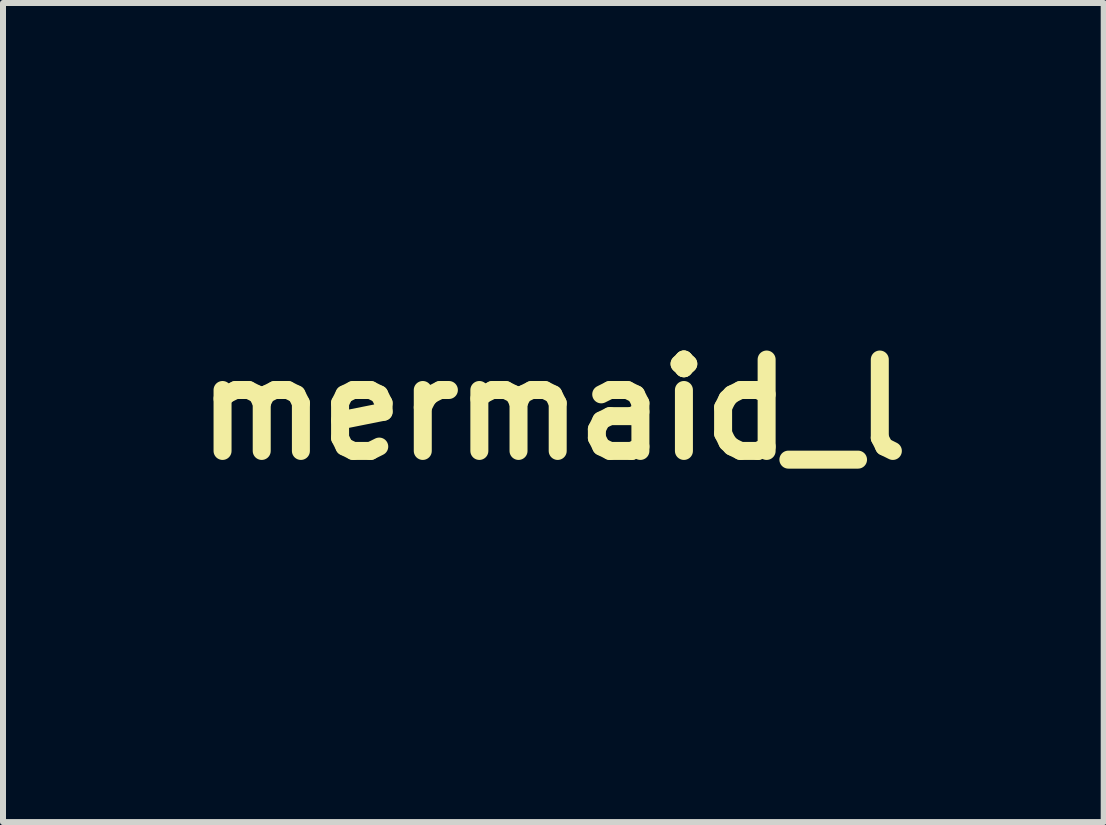
<source format=kicad_pcb>
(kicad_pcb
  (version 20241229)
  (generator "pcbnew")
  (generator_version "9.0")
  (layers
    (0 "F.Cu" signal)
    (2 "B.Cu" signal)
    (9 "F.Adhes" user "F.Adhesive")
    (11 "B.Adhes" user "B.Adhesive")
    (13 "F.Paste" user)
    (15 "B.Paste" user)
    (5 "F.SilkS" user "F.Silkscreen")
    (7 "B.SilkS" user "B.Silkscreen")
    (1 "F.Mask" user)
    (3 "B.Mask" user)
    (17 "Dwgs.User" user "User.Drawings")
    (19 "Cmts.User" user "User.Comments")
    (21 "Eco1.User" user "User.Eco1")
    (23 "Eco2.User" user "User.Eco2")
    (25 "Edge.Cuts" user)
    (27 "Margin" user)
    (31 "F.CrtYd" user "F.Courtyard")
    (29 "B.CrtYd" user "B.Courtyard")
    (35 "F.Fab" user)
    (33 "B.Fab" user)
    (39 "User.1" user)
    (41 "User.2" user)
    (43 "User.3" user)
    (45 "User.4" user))
  (footprint "mermaid_l"
    (layer "F.Cu")
    (at 6.176 3.779)
    (property "Reference" "mermaid_l" (at 0 0 0) (layer "F.SilkS") (effects (font (size 1.524 1.524) (thickness 0.3))))
    (attr through_hole)
    (fp_poly (pts (xy 0.017 -3.774) (xy 0.035 -3.772) (xy 0.04 -3.771) (xy 0.079 -3.757) (xy 0.111 -3.738) (xy 0.125 -3.726) (xy 0.143 -3.705) (xy 0.153 -3.685) (xy 0.158 -3.661) (xy 0.159 -3.641) (xy 0.158 -3.62) (xy 0.155 -3.605) (xy 0.149 -3.591) (xy 0.142 -3.58) (xy 0.122 -3.558) (xy 0.099 -3.544) (xy 0.074 -3.54) (xy 0.049 -3.545) (xy 0.037 -3.552) (xy 0.026 -3.561) (xy 0.02 -3.57) (xy 0.017 -3.584) (xy 0.017 -3.592) (xy 0.017 -3.608) (xy 0.019 -3.618) (xy 0.025 -3.624) (xy 0.026 -3.625) (xy 0.039 -3.628) (xy 0.05 -3.627) (xy 0.06 -3.623) (xy 0.062 -3.615) (xy 0.061 -3.609) (xy 0.06 -3.596) (xy 0.065 -3.591) (xy 0.073 -3.592) (xy 0.083 -3.599) (xy 0.094 -3.612) (xy 0.103 -3.628) (xy 0.104 -3.63) (xy 0.108 -3.643) (xy 0.108 -3.655) (xy 0.103 -3.67) (xy 0.088 -3.699) (xy 0.064 -3.722) (xy 0.05 -3.731) (xy 0.037 -3.738) (xy 0.023 -3.742) (xy 0.004 -3.743) (xy -0.014 -3.744) (xy -0.04 -3.743) (xy -0.057 -3.74) (xy -0.064 -3.737) (xy -0.074 -3.731) (xy -0.078 -3.731) (xy -0.088 -3.727) (xy -0.102 -3.716) (xy -0.117 -3.701) (xy -0.132 -3.685) (xy -0.142 -3.668) (xy -0.144 -3.666) (xy -0.152 -3.649) (xy -0.159 -3.633) (xy -0.163 -3.62) (xy -0.165 -3.599) (xy -0.166 -3.569) (xy -0.166 -3.554) (xy -0.166 -3.526) (xy -0.165 -3.507) (xy -0.163 -3.492) (xy -0.159 -3.478) (xy -0.153 -3.463) (xy -0.146 -3.448) (xy -0.122 -3.405) (xy -0.09 -3.369) (xy -0.051 -3.339) (xy -0.004 -3.315) (xy 0.051 -3.295) (xy 0.09 -3.286) (xy 0.119 -3.282) (xy 0.156 -3.281) (xy 0.198 -3.283) (xy 0.241 -3.287) (xy 0.284 -3.294) (xy 0.322 -3.302) (xy 0.342 -3.308) (xy 0.361 -3.315) (xy 0.376 -3.323) (xy 0.387 -3.33) (xy 0.391 -3.336) (xy 0.388 -3.339) (xy 0.384 -3.339) (xy 0.374 -3.342) (xy 0.358 -3.351) (xy 0.338 -3.363) (xy 0.317 -3.378) (xy 0.297 -3.393) (xy 0.28 -3.408) (xy 0.267 -3.42) (xy 0.267 -3.42) (xy 0.247 -3.446) (xy 0.232 -3.47) (xy 0.222 -3.494) (xy 0.215 -3.523) (xy 0.209 -3.559) (xy 0.208 -3.566) (xy 0.208 -3.6) (xy 0.215 -3.635) (xy 0.227 -3.67) (xy 0.243 -3.701) (xy 0.257 -3.719) (xy 0.285 -3.739) (xy 0.316 -3.752) (xy 0.35 -3.758) (xy 0.384 -3.755) (xy 0.415 -3.745) (xy 0.442 -3.727) (xy 0.457 -3.709) (xy 0.464 -3.688) (xy 0.466 -3.668) (xy 0.464 -3.65) (xy 0.459 -3.637) (xy 0.448 -3.623) (xy 0.448 -3.623) (xy 0.433 -3.609) (xy 0.419 -3.604) (xy 0.413 -3.604) (xy 0.395 -3.608) (xy 0.382 -3.621) (xy 0.376 -3.638) (xy 0.376 -3.641) (xy 0.379 -3.655) (xy 0.387 -3.661) (xy 0.397 -3.657) (xy 0.403 -3.652) (xy 0.411 -3.644) (xy 0.418 -3.644) (xy 0.421 -3.646) (xy 0.427 -3.657) (xy 0.428 -3.674) (xy 0.426 -3.692) (xy 0.421 -3.703) (xy 0.411 -3.717) (xy 0.399 -3.726) (xy 0.381 -3.731) (xy 0.358 -3.733) (xy 0.335 -3.73) (xy 0.319 -3.725) (xy 0.298 -3.711) (xy 0.279 -3.694) (xy 0.264 -3.675) (xy 0.262 -3.671) (xy 0.258 -3.658) (xy 0.256 -3.64) (xy 0.254 -3.62) (xy 0.254 -3.601) (xy 0.256 -3.585) (xy 0.258 -3.575) (xy 0.259 -3.575) (xy 0.263 -3.567) (xy 0.265 -3.558) (xy 0.266 -3.549) (xy 0.27 -3.545) (xy 0.275 -3.541) (xy 0.275 -3.54) (xy 0.278 -3.532) (xy 0.287 -3.519) (xy 0.298 -3.504) (xy 0.31 -3.489) (xy 0.316 -3.484) (xy 0.333 -3.469) (xy 0.357 -3.453) (xy 0.385 -3.437) (xy 0.415 -3.422) (xy 0.442 -3.411) (xy 0.452 -3.408) (xy 0.514 -3.393) (xy 0.572 -3.387) (xy 0.628 -3.39) (xy 0.684 -3.403) (xy 0.741 -3.426) (xy 0.781 -3.447) (xy 0.817 -3.468) (xy 0.848 -3.484) (xy 0.876 -3.495) (xy 0.902 -3.502) (xy 0.931 -3.506) (xy 0.964 -3.508) (xy 1 -3.508) (xy 1.03 -3.508) (xy 1.058 -3.507) (xy 1.083 -3.505) (xy 1.1 -3.503) (xy 1.103 -3.503) (xy 1.124 -3.499) (xy 1.149 -3.495) (xy 1.162 -3.493) (xy 1.183 -3.489) (xy 1.205 -3.484) (xy 1.216 -3.482) (xy 1.243 -3.476) (xy 1.261 -3.471) (xy 1.274 -3.468) (xy 1.284 -3.465) (xy 1.292 -3.463) (xy 1.294 -3.462) (xy 1.33 -3.447) (xy 1.363 -3.428) (xy 1.39 -3.406) (xy 1.411 -3.383) (xy 1.425 -3.359) (xy 1.429 -3.337) (xy 1.431 -3.318) (xy 1.437 -3.293) (xy 1.446 -3.267) (xy 1.45 -3.257) (xy 1.46 -3.224) (xy 1.465 -3.189) (xy 1.466 -3.173) (xy 1.465 -3.152) (xy 1.466 -3.14) (xy 1.468 -3.135) (xy 1.471 -3.134) (xy 1.476 -3.135) (xy 1.485 -3.137) (xy 1.486 -3.132) (xy 1.477 -3.123) (xy 1.473 -3.12) (xy 1.465 -3.11) (xy 1.463 -3.102) (xy 1.465 -3.094) (xy 1.473 -3.082) (xy 1.486 -3.07) (xy 1.492 -3.065) (xy 1.508 -3.051) (xy 1.513 -3.038) (xy 1.508 -3.024) (xy 1.494 -3.008) (xy 1.482 -2.997) (xy 1.478 -2.99) (xy 1.48 -2.984) (xy 1.48 -2.984) (xy 1.485 -2.973) (xy 1.487 -2.957) (xy 1.486 -2.937) (xy 1.482 -2.92) (xy 1.481 -2.917) (xy 1.468 -2.883) (xy 1.46 -2.857) (xy 1.456 -2.836) (xy 1.455 -2.827) (xy 1.452 -2.812) (xy 1.441 -2.801) (xy 1.434 -2.797) (xy 1.425 -2.795) (xy 1.413 -2.793) (xy 1.396 -2.792) (xy 1.371 -2.792) (xy 1.349 -2.793) (xy 1.319 -2.793) (xy 1.297 -2.793) (xy 1.281 -2.792) (xy 1.27 -2.79) (xy 1.262 -2.787) (xy 1.255 -2.784) (xy 1.244 -2.775) (xy 1.238 -2.766) (xy 1.238 -2.765) (xy 1.236 -2.758) (xy 1.234 -2.757) (xy 1.229 -2.752) (xy 1.224 -2.739) (xy 1.219 -2.72) (xy 1.214 -2.698) (xy 1.21 -2.675) (xy 1.207 -2.653) (xy 1.206 -2.64) (xy 1.208 -2.614) (xy 1.212 -2.583) (xy 1.217 -2.55) (xy 1.223 -2.523) (xy 1.236 -2.473) (xy 1.247 -2.433) (xy 1.258 -2.403) (xy 1.259 -2.4) (xy 1.264 -2.388) (xy 1.27 -2.372) (xy 1.27 -2.371) (xy 1.279 -2.348) (xy 1.29 -2.322) (xy 1.305 -2.29) (xy 1.308 -2.283) (xy 1.318 -2.259) (xy 1.324 -2.234) (xy 1.325 -2.212) (xy 1.323 -2.194) (xy 1.318 -2.185) (xy 1.307 -2.176) (xy 1.293 -2.165) (xy 1.277 -2.154) (xy 1.263 -2.145) (xy 1.253 -2.139) (xy 1.25 -2.138) (xy 1.242 -2.134) (xy 1.231 -2.124) (xy 1.22 -2.112) (xy 1.21 -2.1) (xy 1.207 -2.093) (xy 1.204 -2.073) (xy 1.21 -2.048) (xy 1.212 -2.045) (xy 1.221 -2.024) (xy 1.232 -1.999) (xy 1.245 -1.971) (xy 1.258 -1.944) (xy 1.27 -1.919) (xy 1.281 -1.898) (xy 1.29 -1.882) (xy 1.295 -1.874) (xy 1.295 -1.874) (xy 1.301 -1.866) (xy 1.302 -1.863) (xy 1.306 -1.856) (xy 1.316 -1.844) (xy 1.332 -1.828) (xy 1.351 -1.811) (xy 1.372 -1.794) (xy 1.393 -1.779) (xy 1.397 -1.776) (xy 1.412 -1.764) (xy 1.433 -1.749) (xy 1.456 -1.731) (xy 1.481 -1.712) (xy 1.505 -1.692) (xy 1.527 -1.675) (xy 1.545 -1.66) (xy 1.558 -1.649) (xy 1.561 -1.646) (xy 1.567 -1.641) (xy 1.578 -1.633) (xy 1.585 -1.627) (xy 1.599 -1.616) (xy 1.611 -1.607) (xy 1.614 -1.604) (xy 1.621 -1.597) (xy 1.635 -1.586) (xy 1.654 -1.572) (xy 1.675 -1.556) (xy 1.697 -1.539) (xy 1.719 -1.524) (xy 1.737 -1.511) (xy 1.741 -1.508) (xy 1.755 -1.497) (xy 1.768 -1.488) (xy 1.77 -1.486) (xy 1.781 -1.477) (xy 1.79 -1.473) (xy 1.798 -1.469) (xy 1.799 -1.466) (xy 1.804 -1.462) (xy 1.815 -1.457) (xy 1.818 -1.455) (xy 1.83 -1.45) (xy 1.836 -1.445) (xy 1.836 -1.444) (xy 1.841 -1.441) (xy 1.853 -1.435) (xy 1.87 -1.427) (xy 1.873 -1.426) (xy 1.889 -1.42) (xy 1.903 -1.417) (xy 1.917 -1.414) (xy 1.935 -1.413) (xy 1.959 -1.414) (xy 1.977 -1.414) (xy 2.011 -1.416) (xy 2.051 -1.419) (xy 2.089 -1.423) (xy 2.115 -1.426) (xy 2.145 -1.43) (xy 2.168 -1.432) (xy 2.186 -1.433) (xy 2.202 -1.432) (xy 2.219 -1.43) (xy 2.225 -1.429) (xy 2.245 -1.425) (xy 2.258 -1.421) (xy 2.264 -1.417) (xy 2.265 -1.412) (xy 2.264 -1.407) (xy 2.258 -1.404) (xy 2.246 -1.402) (xy 2.231 -1.402) (xy 2.208 -1.401) (xy 2.182 -1.399) (xy 2.158 -1.395) (xy 2.138 -1.39) (xy 2.127 -1.386) (xy 2.123 -1.383) (xy 2.124 -1.381) (xy 2.13 -1.379) (xy 2.144 -1.376) (xy 2.166 -1.373) (xy 2.18 -1.371) (xy 2.209 -1.366) (xy 2.231 -1.361) (xy 2.251 -1.355) (xy 2.273 -1.346) (xy 2.275 -1.345) (xy 2.292 -1.337) (xy 2.308 -1.327) (xy 2.321 -1.317) (xy 2.328 -1.309) (xy 2.328 -1.307) (xy 2.324 -1.304) (xy 2.312 -1.304) (xy 2.297 -1.305) (xy 2.283 -1.308) (xy 2.271 -1.311) (xy 2.268 -1.313) (xy 2.259 -1.317) (xy 2.252 -1.318) (xy 2.24 -1.32) (xy 2.235 -1.323) (xy 2.226 -1.327) (xy 2.214 -1.327) (xy 2.204 -1.325) (xy 2.204 -1.323) (xy 2.209 -1.321) (xy 2.236 -1.31) (xy 2.255 -1.302) (xy 2.269 -1.295) (xy 2.279 -1.288) (xy 2.287 -1.281) (xy 2.297 -1.272) (xy 2.302 -1.264) (xy 2.302 -1.264) (xy 2.297 -1.26) (xy 2.285 -1.26) (xy 2.266 -1.265) (xy 2.242 -1.275) (xy 2.233 -1.279) (xy 2.211 -1.288) (xy 2.195 -1.293) (xy 2.187 -1.294) (xy 2.186 -1.29) (xy 2.194 -1.282) (xy 2.196 -1.28) (xy 2.207 -1.273) (xy 2.215 -1.27) (xy 2.222 -1.266) (xy 2.227 -1.256) (xy 2.228 -1.251) (xy 2.224 -1.248) (xy 2.213 -1.249) (xy 2.197 -1.253) (xy 2.181 -1.259) (xy 2.166 -1.267) (xy 2.156 -1.274) (xy 2.154 -1.276) (xy 2.147 -1.28) (xy 2.133 -1.287) (xy 2.115 -1.294) (xy 2.096 -1.301) (xy 2.095 -1.301) (xy 2.079 -1.304) (xy 2.058 -1.307) (xy 2.046 -1.307) (xy 2.029 -1.307) (xy 2.019 -1.304) (xy 2.013 -1.299) (xy 2.009 -1.292) (xy 2.005 -1.279) (xy 2.009 -1.266) (xy 2.02 -1.252) (xy 2.04 -1.237) (xy 2.048 -1.232) (xy 2.069 -1.218) (xy 2.083 -1.208) (xy 2.092 -1.199) (xy 2.096 -1.19) (xy 2.099 -1.18) (xy 2.1 -1.168) (xy 2.096 -1.164) (xy 2.095 -1.164) (xy 2.077 -1.165) (xy 2.065 -1.173) (xy 2.054 -1.18) (xy 2.037 -1.19) (xy 2.015 -1.201) (xy 1.991 -1.211) (xy 1.968 -1.219) (xy 1.966 -1.22) (xy 1.928 -1.234) (xy 1.898 -1.248) (xy 1.874 -1.266) (xy 1.852 -1.287) (xy 1.845 -1.296) (xy 1.829 -1.314) (xy 1.814 -1.331) (xy 1.801 -1.343) (xy 1.798 -1.345) (xy 1.786 -1.353) (xy 1.779 -1.359) (xy 1.778 -1.36) (xy 1.771 -1.366) (xy 1.757 -1.375) (xy 1.737 -1.387) (xy 1.713 -1.4) (xy 1.688 -1.415) (xy 1.662 -1.428) (xy 1.638 -1.441) (xy 1.635 -1.442) (xy 1.588 -1.466) (xy 1.546 -1.487) (xy 1.508 -1.509) (xy 1.482 -1.524) (xy 1.465 -1.533) (xy 1.451 -1.54) (xy 1.443 -1.543) (xy 1.435 -1.548) (xy 1.434 -1.551) (xy 1.43 -1.556) (xy 1.428 -1.556) (xy 1.421 -1.558) (xy 1.407 -1.566) (xy 1.388 -1.576) (xy 1.366 -1.589) (xy 1.342 -1.604) (xy 1.338 -1.606) (xy 1.329 -1.612) (xy 1.314 -1.62) (xy 1.304 -1.627) (xy 1.289 -1.636) (xy 1.279 -1.643) (xy 1.275 -1.645) (xy 1.27 -1.65) (xy 1.259 -1.659) (xy 1.251 -1.664) (xy 1.234 -1.677) (xy 1.221 -1.688) (xy 1.209 -1.698) (xy 1.195 -1.711) (xy 1.178 -1.729) (xy 1.173 -1.733) (xy 1.155 -1.753) (xy 1.136 -1.775) (xy 1.122 -1.795) (xy 1.118 -1.8) (xy 1.107 -1.816) (xy 1.098 -1.827) (xy 1.092 -1.831) (xy 1.085 -1.829) (xy 1.085 -1.827) (xy 1.082 -1.821) (xy 1.074 -1.81) (xy 1.072 -1.808) (xy 1.063 -1.797) (xy 1.059 -1.79) (xy 1.058 -1.789) (xy 1.055 -1.783) (xy 1.049 -1.775) (xy 1.038 -1.76) (xy 1.026 -1.738) (xy 1.013 -1.711) (xy 1.001 -1.68) (xy 0.99 -1.65) (xy 0.981 -1.623) (xy 0.978 -1.609) (xy 0.969 -1.562) (xy 0.962 -1.523) (xy 0.958 -1.489) (xy 0.955 -1.456) (xy 0.954 -1.421) (xy 0.954 -1.382) (xy 0.955 -1.352) (xy 0.956 -1.318) (xy 0.957 -1.287) (xy 0.958 -1.26) (xy 0.96 -1.24) (xy 0.961 -1.228) (xy 0.961 -1.228) (xy 0.961 -1.218) (xy 0.962 -1.198) (xy 0.963 -1.172) (xy 0.964 -1.14) (xy 0.965 -1.103) (xy 0.966 -1.064) (xy 0.966 -1.064) (xy 0.967 -1.017) (xy 0.967 -0.978) (xy 0.967 -0.945) (xy 0.966 -0.916) (xy 0.965 -0.888) (xy 0.962 -0.858) (xy 0.959 -0.826) (xy 0.958 -0.815) (xy 0.951 -0.757) (xy 0.945 -0.708) (xy 0.94 -0.666) (xy 0.934 -0.63) (xy 0.929 -0.598) (xy 0.923 -0.569) (xy 0.917 -0.541) (xy 0.913 -0.524) (xy 0.907 -0.499) (xy 0.901 -0.475) (xy 0.897 -0.456) (xy 0.896 -0.448) (xy 0.893 -0.435) (xy 0.889 -0.426) (xy 0.888 -0.426) (xy 0.885 -0.419) (xy 0.884 -0.411) (xy 0.882 -0.401) (xy 0.878 -0.384) (xy 0.871 -0.363) (xy 0.866 -0.347) (xy 0.858 -0.322) (xy 0.85 -0.297) (xy 0.844 -0.278) (xy 0.841 -0.27) (xy 0.836 -0.255) (xy 0.832 -0.243) (xy 0.831 -0.241) (xy 0.827 -0.233) (xy 0.822 -0.219) (xy 0.821 -0.214) (xy 0.814 -0.195) (xy 0.807 -0.177) (xy 0.806 -0.175) (xy 0.799 -0.158) (xy 0.793 -0.144) (xy 0.793 -0.143) (xy 0.787 -0.129) (xy 0.783 -0.12) (xy 0.779 -0.11) (xy 0.778 -0.106) (xy 0.776 -0.099) (xy 0.769 -0.085) (xy 0.76 -0.064) (xy 0.748 -0.038) (xy 0.734 -0.009) (xy 0.72 0.022) (xy 0.705 0.053) (xy 0.69 0.083) (xy 0.677 0.11) (xy 0.666 0.132) (xy 0.657 0.149) (xy 0.652 0.158) (xy 0.651 0.159) (xy 0.647 0.165) (xy 0.64 0.177) (xy 0.635 0.185) (xy 0.623 0.208) (xy 0.606 0.236) (xy 0.586 0.267) (xy 0.566 0.299) (xy 0.545 0.329) (xy 0.526 0.357) (xy 0.511 0.378) (xy 0.504 0.386) (xy 0.499 0.393) (xy 0.488 0.407) (xy 0.474 0.425) (xy 0.458 0.445) (xy 0.386 0.532) (xy 0.305 0.616) (xy 0.217 0.696) (xy 0.193 0.717) (xy 0.178 0.73) (xy 0.166 0.74) (xy 0.159 0.746) (xy 0.159 0.746) (xy 0.154 0.75) (xy 0.142 0.759) (xy 0.125 0.772) (xy 0.111 0.782) (xy 0.092 0.797) (xy 0.074 0.81) (xy 0.062 0.819) (xy 0.057 0.823) (xy 0.046 0.831) (xy 0.033 0.84) (xy 0.019 0.849) (xy 0.008 0.859) (xy -0.001 0.866) (xy -0.007 0.868) (xy -0.013 0.871) (xy -0.024 0.879) (xy -0.033 0.886) (xy -0.046 0.897) (xy -0.056 0.903) (xy -0.059 0.905) (xy -0.065 0.908) (xy -0.077 0.914) (xy -0.092 0.923) (xy -0.107 0.933) (xy -0.12 0.942) (xy -0.127 0.947) (xy -0.127 0.947) (xy -0.133 0.952) (xy -0.143 0.957) (xy -0.152 0.963) (xy -0.168 0.972) (xy -0.189 0.985) (xy -0.214 1) (xy -0.224 1.006) (xy -0.248 1.021) (xy -0.268 1.033) (xy -0.283 1.042) (xy -0.292 1.047) (xy -0.294 1.048) (xy -0.299 1.05) (xy -0.311 1.057) (xy -0.327 1.066) (xy -0.329 1.067) (xy -0.357 1.083) (xy -0.386 1.1) (xy -0.414 1.115) (xy -0.439 1.128) (xy -0.455 1.137) (xy -0.468 1.143) (xy -0.475 1.148) (xy -0.476 1.148) (xy -0.482 1.152) (xy -0.495 1.159) (xy -0.513 1.169) (xy -0.529 1.177) (xy -0.578 1.202) (xy -0.623 1.225) (xy -0.662 1.245) (xy -0.695 1.262) (xy -0.721 1.275) (xy -0.739 1.285) (xy -0.748 1.29) (xy -0.749 1.29) (xy -0.758 1.295) (xy -0.774 1.303) (xy -0.794 1.313) (xy -0.807 1.319) (xy -0.881 1.357) (xy -0.947 1.391) (xy -1.004 1.422) (xy -1.054 1.45) (xy -1.077 1.464) (xy -1.09 1.472) (xy -1.098 1.476) (xy -1.105 1.48) (xy -1.12 1.489) (xy -1.139 1.501) (xy -1.162 1.516) (xy -1.186 1.533) (xy -1.211 1.549) (xy -1.234 1.565) (xy -1.255 1.579) (xy -1.27 1.589) (xy -1.279 1.596) (xy -1.281 1.597) (xy -1.286 1.602) (xy -1.297 1.611) (xy -1.31 1.622) (xy -1.37 1.675) (xy -1.421 1.733) (xy -1.463 1.793) (xy -1.496 1.856) (xy -1.518 1.922) (xy -1.531 1.989) (xy -1.532 2.001) (xy -1.534 2.021) (xy -1.533 2.034) (xy -1.531 2.042) (xy -1.526 2.047) (xy -1.523 2.049) (xy -1.509 2.056) (xy -1.492 2.06) (xy -1.492 2.06) (xy -1.453 2.067) (xy -1.419 2.076) (xy -1.394 2.083) (xy -1.372 2.09) (xy -1.346 2.099) (xy -1.323 2.106) (xy -1.302 2.112) (xy -1.285 2.118) (xy -1.274 2.122) (xy -1.273 2.122) (xy -1.263 2.126) (xy -1.246 2.132) (xy -1.226 2.139) (xy -1.222 2.141) (xy -1.203 2.148) (xy -1.187 2.155) (xy -1.178 2.159) (xy -1.178 2.16) (xy -1.168 2.164) (xy -1.165 2.164) (xy -1.157 2.167) (xy -1.141 2.173) (xy -1.12 2.182) (xy -1.095 2.193) (xy -1.069 2.206) (xy -1.043 2.219) (xy -1.02 2.231) (xy -1.003 2.24) (xy -0.979 2.254) (xy -0.954 2.268) (xy -0.931 2.282) (xy -0.911 2.294) (xy -0.898 2.302) (xy -0.897 2.303) (xy -0.845 2.34) (xy -0.793 2.383) (xy -0.742 2.429) (xy -0.694 2.476) (xy -0.654 2.521) (xy -0.643 2.535) (xy -0.629 2.552) (xy -0.617 2.566) (xy -0.609 2.574) (xy -0.607 2.576) (xy -0.603 2.582) (xy -0.603 2.583) (xy -0.6 2.59) (xy -0.592 2.6) (xy -0.585 2.61) (xy -0.573 2.626) (xy -0.56 2.647) (xy -0.546 2.671) (xy -0.532 2.693) (xy -0.521 2.713) (xy -0.513 2.728) (xy -0.513 2.729) (xy -0.507 2.741) (xy -0.502 2.746) (xy -0.501 2.746) (xy -0.498 2.751) (xy -0.497 2.754) (xy -0.495 2.762) (xy -0.489 2.776) (xy -0.484 2.786) (xy -0.477 2.801) (xy -0.472 2.813) (xy -0.471 2.818) (xy -0.469 2.825) (xy -0.467 2.827) (xy -0.463 2.832) (xy -0.457 2.846) (xy -0.45 2.866) (xy -0.442 2.889) (xy -0.434 2.913) (xy -0.427 2.937) (xy -0.421 2.958) (xy -0.42 2.963) (xy -0.415 2.983) (xy -0.41 2.999) (xy -0.407 3.008) (xy -0.403 3.021) (xy -0.4 3.037) (xy -0.4 3.037) (xy -0.398 3.05) (xy -0.395 3.07) (xy -0.391 3.095) (xy -0.386 3.119) (xy -0.383 3.146) (xy -0.38 3.172) (xy -0.377 3.201) (xy -0.376 3.236) (xy -0.375 3.277) (xy -0.375 3.306) (xy -0.375 3.341) (xy -0.375 3.373) (xy -0.376 3.4) (xy -0.377 3.42) (xy -0.378 3.432) (xy -0.379 3.434) (xy -0.385 3.433) (xy -0.399 3.427) (xy -0.418 3.416) (xy -0.441 3.402) (xy -0.484 3.375) (xy -0.526 3.35) (xy -0.571 3.325) (xy -0.62 3.3) (xy -0.675 3.274) (xy -0.709 3.258) (xy -0.744 3.242) (xy -0.773 3.229) (xy -0.795 3.219) (xy -0.808 3.214) (xy -0.812 3.212) (xy -0.817 3.21) (xy -0.83 3.205) (xy -0.848 3.197) (xy -0.856 3.193) (xy -0.876 3.184) (xy -0.894 3.176) (xy -0.905 3.171) (xy -0.908 3.17) (xy -0.918 3.165) (xy -0.934 3.158) (xy -0.945 3.154) (xy -0.976 3.14) (xy -0.999 3.13) (xy -1.015 3.124) (xy -1.019 3.122) (xy -1.035 3.115) (xy -1.057 3.105) (xy -1.083 3.092) (xy -1.11 3.078) (xy -1.135 3.065) (xy -1.156 3.054) (xy -1.164 3.048) (xy -1.181 3.037) (xy -1.2 3.021) (xy -1.22 3.002) (xy -1.24 2.983) (xy -1.257 2.965) (xy -1.271 2.949) (xy -1.279 2.937) (xy -1.281 2.932) (xy -1.284 2.926) (xy -1.285 2.925) (xy -1.29 2.92) (xy -1.298 2.909) (xy -1.308 2.894) (xy -1.318 2.878) (xy -1.325 2.866) (xy -1.328 2.858) (xy -1.328 2.858) (xy -1.332 2.852) (xy -1.332 2.851) (xy -1.337 2.846) (xy -1.344 2.834) (xy -1.348 2.826) (xy -1.355 2.813) (xy -1.359 2.807) (xy -1.36 2.807) (xy -1.36 2.814) (xy -1.361 2.83) (xy -1.361 2.852) (xy -1.361 2.88) (xy -1.362 2.908) (xy -1.363 2.959) (xy -1.367 3.002) (xy -1.372 3.039) (xy -1.38 3.073) (xy -1.391 3.105) (xy -1.407 3.138) (xy -1.426 3.175) (xy -1.432 3.186) (xy -1.442 3.201) (xy -1.455 3.223) (xy -1.471 3.249) (xy -1.489 3.278) (xy -1.506 3.307) (xy -1.523 3.334) (xy -1.537 3.357) (xy -1.547 3.372) (xy -1.557 3.388) (xy -1.564 3.4) (xy -1.566 3.405) (xy -1.566 3.406) (xy -1.569 3.411) (xy -1.572 3.415) (xy -1.579 3.424) (xy -1.588 3.438) (xy -1.598 3.454) (xy -1.607 3.468) (xy -1.613 3.479) (xy -1.614 3.482) (xy -1.618 3.488) (xy -1.618 3.488) (xy -1.623 3.493) (xy -1.631 3.505) (xy -1.64 3.521) (xy -1.65 3.537) (xy -1.657 3.551) (xy -1.661 3.56) (xy -1.662 3.562) (xy -1.665 3.567) (xy -1.666 3.567) (xy -1.671 3.571) (xy -1.675 3.579) (xy -1.68 3.587) (xy -1.688 3.604) (xy -1.699 3.625) (xy -1.711 3.65) (xy -1.714 3.657) (xy -1.729 3.685) (xy -1.739 3.707) (xy -1.747 3.724) (xy -1.754 3.738) (xy -1.759 3.752) (xy -1.763 3.761) (xy -1.769 3.776) (xy -1.772 3.785) (xy -1.777 3.797) (xy -1.782 3.814) (xy -1.786 3.826) (xy -1.794 3.85) (xy -1.801 3.865) (xy -1.807 3.871) (xy -1.813 3.87) (xy -1.821 3.862) (xy -1.824 3.859) (xy -1.835 3.845) (xy -1.845 3.833) (xy -1.86 3.815) (xy -1.872 3.801) (xy -1.882 3.788) (xy -1.892 3.773) (xy -1.902 3.759) (xy -1.909 3.747) (xy -1.91 3.742) (xy -1.914 3.736) (xy -1.915 3.735) (xy -1.921 3.729) (xy -1.931 3.715) (xy -1.943 3.694) (xy -1.957 3.669) (xy -1.972 3.64) (xy -1.987 3.61) (xy -2.002 3.58) (xy -2.015 3.552) (xy -2.024 3.53) (xy -2.03 3.513) (xy -2.036 3.5) (xy -2.038 3.497) (xy -2.042 3.483) (xy -2.043 3.477) (xy -2.045 3.467) (xy -2.048 3.463) (xy -2.052 3.456) (xy -2.053 3.448) (xy -2.055 3.437) (xy -2.058 3.432) (xy -2.062 3.425) (xy -2.065 3.413) (xy -2.065 3.412) (xy -2.068 3.397) (xy -2.073 3.377) (xy -2.077 3.365) (xy -2.081 3.349) (xy -2.086 3.331) (xy -2.09 3.311) (xy -2.096 3.284) (xy -2.102 3.252) (xy -2.104 3.235) (xy -2.106 3.21) (xy -2.107 3.178) (xy -2.108 3.141) (xy -2.108 3.101) (xy -2.108 3.06) (xy -2.108 3.02) (xy -2.107 2.982) (xy -2.106 2.948) (xy -2.105 2.921) (xy -2.103 2.902) (xy -2.102 2.897) (xy -2.097 2.875) (xy -2.093 2.853) (xy -2.091 2.842) (xy -2.086 2.822) (xy -2.08 2.8) (xy -2.077 2.789) (xy -2.071 2.769) (xy -2.067 2.751) (xy -2.065 2.742) (xy -2.062 2.73) (xy -2.058 2.722) (xy -2.058 2.722) (xy -2.054 2.715) (xy -2.053 2.707) (xy -2.051 2.696) (xy -2.048 2.691) (xy -2.043 2.683) (xy -2.043 2.677) (xy -2.04 2.663) (xy -2.038 2.658) (xy -2.029 2.639) (xy -2.022 2.62) (xy -2.017 2.606) (xy -2.016 2.601) (xy -2.013 2.594) (xy -2.011 2.593) (xy -2.006 2.589) (xy -2.006 2.587) (xy -2.003 2.577) (xy -1.996 2.559) (xy -1.985 2.536) (xy -1.972 2.508) (xy -1.956 2.478) (xy -1.94 2.447) (xy -1.929 2.429) (xy -1.918 2.409) (xy -1.907 2.392) (xy -1.9 2.379) (xy -1.9 2.379) (xy -1.894 2.369) (xy -1.884 2.353) (xy -1.871 2.334) (xy -1.856 2.313) (xy -1.842 2.292) (xy -1.829 2.274) (xy -1.818 2.259) (xy -1.811 2.25) (xy -1.81 2.249) (xy -1.805 2.243) (xy -1.797 2.232) (xy -1.791 2.225) (xy -1.77 2.198) (xy -1.747 2.172) (xy -1.73 2.154) (xy -1.713 2.136) (xy -1.702 2.121) (xy -1.696 2.106) (xy -1.694 2.087) (xy -1.693 2.069) (xy -1.692 2.038) (xy -1.688 2.002) (xy -1.683 1.966) (xy -1.677 1.933) (xy -1.67 1.905) (xy -1.667 1.897) (xy -1.663 1.885) (xy -1.658 1.869) (xy -1.656 1.865) (xy -1.651 1.851) (xy -1.644 1.832) (xy -1.635 1.812) (xy -1.626 1.791) (xy -1.618 1.773) (xy -1.611 1.761) (xy -1.608 1.757) (xy -1.604 1.751) (xy -1.598 1.741) (xy -1.589 1.726) (xy -1.577 1.706) (xy -1.564 1.687) (xy -1.552 1.67) (xy -1.543 1.659) (xy -1.534 1.648) (xy -1.522 1.634) (xy -1.519 1.63) (xy -1.509 1.618) (xy -1.493 1.6) (xy -1.473 1.58) (xy -1.452 1.558) (xy -1.431 1.538) (xy -1.412 1.52) (xy -1.402 1.511) (xy -1.357 1.473) (xy -1.319 1.441) (xy -1.283 1.414) (xy -1.25 1.389) (xy -1.236 1.379) (xy -1.218 1.366) (xy -1.202 1.355) (xy -1.192 1.347) (xy -1.191 1.346) (xy -1.183 1.34) (xy -1.169 1.331) (xy -1.15 1.318) (xy -1.127 1.303) (xy -1.122 1.3) (xy -1.099 1.285) (xy -1.079 1.271) (xy -1.064 1.261) (xy -1.055 1.255) (xy -1.055 1.254) (xy -1.048 1.249) (xy -1.046 1.249) (xy -1.041 1.246) (xy -1.028 1.239) (xy -1.01 1.228) (xy -0.988 1.214) (xy -0.977 1.206) (xy -0.953 1.192) (xy -0.932 1.179) (xy -0.916 1.17) (xy -0.907 1.165) (xy -0.905 1.164) (xy -0.9 1.16) (xy -0.9 1.159) (xy -0.896 1.154) (xy -0.894 1.154) (xy -0.888 1.151) (xy -0.875 1.144) (xy -0.858 1.133) (xy -0.852 1.13) (xy -0.834 1.119) (xy -0.82 1.111) (xy -0.811 1.106) (xy -0.81 1.106) (xy -0.804 1.102) (xy -0.804 1.101) (xy -0.8 1.096) (xy -0.799 1.095) (xy -0.792 1.093) (xy -0.779 1.085) (xy -0.762 1.075) (xy -0.756 1.072) (xy -0.739 1.061) (xy -0.724 1.052) (xy -0.715 1.048) (xy -0.714 1.048) (xy -0.709 1.044) (xy -0.709 1.042) (xy -0.705 1.037) (xy -0.703 1.037) (xy -0.695 1.034) (xy -0.683 1.027) (xy -0.68 1.024) (xy -0.668 1.016) (xy -0.66 1.011) (xy -0.659 1.011) (xy -0.654 1.008) (xy -0.641 1) (xy -0.623 0.988) (xy -0.6 0.973) (xy -0.574 0.956) (xy -0.569 0.953) (xy -0.558 0.945) (xy -0.542 0.935) (xy -0.534 0.929) (xy -0.52 0.92) (xy -0.511 0.912) (xy -0.509 0.909) (xy -0.503 0.905) (xy -0.501 0.905) (xy -0.493 0.902) (xy -0.482 0.894) (xy -0.479 0.891) (xy -0.465 0.88) (xy -0.447 0.867) (xy -0.439 0.861) (xy -0.425 0.851) (xy -0.416 0.844) (xy -0.413 0.841) (xy -0.407 0.837) (xy -0.396 0.828) (xy -0.389 0.823) (xy -0.342 0.785) (xy -0.291 0.738) (xy -0.237 0.685) (xy -0.181 0.625) (xy -0.125 0.56) (xy -0.079 0.503) (xy -0.063 0.482) (xy -0.048 0.464) (xy -0.037 0.45) (xy -0.03 0.442) (xy -0.023 0.432) (xy -0.021 0.425) (xy -0.019 0.419) (xy -0.017 0.418) (xy -0.013 0.414) (xy -0.004 0.402) (xy 0.008 0.385) (xy 0.023 0.364) (xy 0.027 0.359) (xy 0.041 0.337) (xy 0.054 0.318) (xy 0.064 0.304) (xy 0.07 0.298) (xy 0.07 0.297) (xy 0.074 0.291) (xy 0.074 0.29) (xy 0.077 0.283) (xy 0.084 0.271) (xy 0.092 0.258) (xy 0.102 0.239) (xy 0.116 0.215) (xy 0.13 0.186) (xy 0.145 0.155) (xy 0.16 0.125) (xy 0.173 0.096) (xy 0.184 0.071) (xy 0.191 0.053) (xy 0.193 0.046) (xy 0.198 0.034) (xy 0.202 0.029) (xy 0.205 0.022) (xy 0.206 0.013) (xy 0.208 0.002) (xy 0.212 -0.003) (xy 0.216 -0.01) (xy 0.217 -0.019) (xy 0.219 -0.029) (xy 0.222 -0.034) (xy 0.226 -0.041) (xy 0.229 -0.049) (xy 0.232 -0.06) (xy 0.236 -0.078) (xy 0.24 -0.093) (xy 0.247 -0.118) (xy 0.253 -0.141) (xy 0.258 -0.163) (xy 0.262 -0.186) (xy 0.267 -0.214) (xy 0.271 -0.248) (xy 0.277 -0.29) (xy 0.277 -0.291) (xy 0.279 -0.308) (xy 0.281 -0.326) (xy 0.282 -0.347) (xy 0.283 -0.371) (xy 0.283 -0.4) (xy 0.283 -0.435) (xy 0.283 -0.477) (xy 0.283 -0.527) (xy 0.282 -0.587) (xy 0.282 -0.59) (xy 0.281 -0.668) (xy 0.28 -0.737) (xy 0.279 -0.796) (xy 0.279 -0.847) (xy 0.279 -0.891) (xy 0.279 -0.928) (xy 0.279 -0.96) (xy 0.28 -0.986) (xy 0.28 -1.008) (xy 0.281 -1.027) (xy 0.283 -1.043) (xy 0.284 -1.057) (xy 0.285 -1.061) (xy 0.297 -1.132) (xy 0.314 -1.198) (xy 0.335 -1.26) (xy 0.363 -1.32) (xy 0.397 -1.38) (xy 0.438 -1.439) (xy 0.487 -1.501) (xy 0.545 -1.565) (xy 0.557 -1.577) (xy 0.572 -1.594) (xy 0.589 -1.614) (xy 0.606 -1.635) (xy 0.621 -1.655) (xy 0.634 -1.672) (xy 0.641 -1.684) (xy 0.643 -1.688) (xy 0.648 -1.697) (xy 0.651 -1.699) (xy 0.656 -1.703) (xy 0.656 -1.705) (xy 0.658 -1.712) (xy 0.664 -1.726) (xy 0.67 -1.74) (xy 0.679 -1.761) (xy 0.686 -1.777) (xy 0.691 -1.791) (xy 0.695 -1.806) (xy 0.699 -1.824) (xy 0.703 -1.848) (xy 0.706 -1.87) (xy 0.708 -1.886) (xy 0.71 -1.909) (xy 0.711 -1.938) (xy 0.713 -1.97) (xy 0.714 -2.003) (xy 0.715 -2.037) (xy 0.716 -2.069) (xy 0.716 -2.097) (xy 0.716 -2.121) (xy 0.715 -2.137) (xy 0.714 -2.145) (xy 0.714 -2.145) (xy 0.709 -2.144) (xy 0.699 -2.137) (xy 0.693 -2.132) (xy 0.678 -2.119) (xy 0.663 -2.107) (xy 0.66 -2.105) (xy 0.645 -2.092) (xy 0.625 -2.074) (xy 0.604 -2.054) (xy 0.581 -2.032) (xy 0.559 -2.01) (xy 0.54 -1.991) (xy 0.526 -1.975) (xy 0.519 -1.966) (xy 0.508 -1.949) (xy 0.494 -1.923) (xy 0.476 -1.889) (xy 0.455 -1.846) (xy 0.434 -1.804) (xy 0.423 -1.782) (xy 0.412 -1.76) (xy 0.403 -1.743) (xy 0.4 -1.738) (xy 0.39 -1.72) (xy 0.378 -1.7) (xy 0.375 -1.693) (xy 0.364 -1.674) (xy 0.353 -1.654) (xy 0.349 -1.648) (xy 0.335 -1.623) (xy 0.319 -1.593) (xy 0.303 -1.562) (xy 0.286 -1.53) (xy 0.27 -1.499) (xy 0.256 -1.47) (xy 0.243 -1.445) (xy 0.234 -1.425) (xy 0.229 -1.412) (xy 0.228 -1.408) (xy 0.225 -1.399) (xy 0.223 -1.393) (xy 0.201 -1.339) (xy 0.19 -1.283) (xy 0.189 -1.226) (xy 0.195 -1.18) (xy 0.202 -1.139) (xy 0.206 -1.094) (xy 0.206 -1.048) (xy 0.204 -1.006) (xy 0.198 -0.969) (xy 0.197 -0.966) (xy 0.191 -0.948) (xy 0.186 -0.934) (xy 0.182 -0.927) (xy 0.181 -0.927) (xy 0.174 -0.93) (xy 0.167 -0.941) (xy 0.162 -0.957) (xy 0.159 -0.978) (xy 0.159 -0.989) (xy 0.158 -1.012) (xy 0.156 -1.027) (xy 0.152 -1.033) (xy 0.145 -1.033) (xy 0.142 -1.032) (xy 0.134 -1.024) (xy 0.132 -1.018) (xy 0.129 -1.012) (xy 0.127 -1.011) (xy 0.123 -1.006) (xy 0.122 -1.001) (xy 0.119 -0.99) (xy 0.117 -0.987) (xy 0.112 -0.976) (xy 0.108 -0.957) (xy 0.103 -0.932) (xy 0.1 -0.903) (xy 0.098 -0.881) (xy 0.094 -0.845) (xy 0.089 -0.817) (xy 0.082 -0.796) (xy 0.076 -0.784) (xy 0.07 -0.776) (xy 0.065 -0.777) (xy 0.06 -0.781) (xy 0.056 -0.786) (xy 0.054 -0.793) (xy 0.052 -0.806) (xy 0.051 -0.824) (xy 0.05 -0.85) (xy 0.05 -0.88) (xy 0.049 -0.918) (xy 0.048 -0.944) (xy 0.046 -0.961) (xy 0.044 -0.968) (xy 0.04 -0.965) (xy 0.035 -0.953) (xy 0.029 -0.931) (xy 0.026 -0.919) (xy 0.017 -0.883) (xy 0.009 -0.85) (xy 0.004 -0.829) (xy -0.003 -0.808) (xy -0.012 -0.787) (xy -0.018 -0.778) (xy -0.03 -0.762) (xy -0.039 -0.757) (xy -0.044 -0.761) (xy -0.047 -0.776) (xy -0.045 -0.8) (xy -0.043 -0.817) (xy -0.04 -0.841) (xy -0.036 -0.865) (xy -0.032 -0.884) (xy -0.032 -0.885) (xy -0.027 -0.906) (xy -0.023 -0.927) (xy -0.022 -0.933) (xy -0.017 -0.953) (xy -0.012 -0.972) (xy -0.012 -0.975) (xy -0.009 -0.988) (xy -0.01 -0.997) (xy -0.011 -0.997) (xy -0.017 -0.995) (xy -0.025 -0.984) (xy -0.034 -0.964) (xy -0.042 -0.942) (xy -0.056 -0.903) (xy -0.068 -0.874) (xy -0.078 -0.853) (xy -0.088 -0.839) (xy -0.096 -0.832) (xy -0.103 -0.831) (xy -0.108 -0.832) (xy -0.11 -0.837) (xy -0.111 -0.848) (xy -0.109 -0.867) (xy -0.109 -0.868) (xy -0.105 -0.893) (xy -0.099 -0.922) (xy -0.094 -0.94) (xy -0.087 -0.966) (xy -0.082 -0.983) (xy -0.08 -0.994) (xy -0.081 -0.999) (xy -0.083 -1) (xy -0.088 -0.996) (xy -0.097 -0.986) (xy -0.103 -0.977) (xy -0.115 -0.962) (xy -0.126 -0.951) (xy -0.136 -0.945) (xy -0.142 -0.946) (xy -0.143 -0.95) (xy -0.139 -0.968) (xy -0.129 -0.994) (xy -0.112 -1.026) (xy -0.088 -1.065) (xy -0.084 -1.072) (xy -0.069 -1.095) (xy -0.057 -1.115) (xy -0.048 -1.13) (xy -0.043 -1.139) (xy -0.042 -1.14) (xy -0.039 -1.147) (xy -0.032 -1.161) (xy -0.021 -1.178) (xy -0.008 -1.197) (xy 0.004 -1.214) (xy 0.015 -1.227) (xy 0.016 -1.228) (xy 0.036 -1.253) (xy 0.054 -1.286) (xy 0.072 -1.326) (xy 0.09 -1.376) (xy 0.092 -1.384) (xy 0.1 -1.409) (xy 0.108 -1.431) (xy 0.113 -1.447) (xy 0.117 -1.456) (xy 0.117 -1.456) (xy 0.121 -1.47) (xy 0.122 -1.476) (xy 0.124 -1.486) (xy 0.127 -1.49) (xy 0.132 -1.497) (xy 0.132 -1.502) (xy 0.134 -1.512) (xy 0.14 -1.528) (xy 0.146 -1.542) (xy 0.153 -1.56) (xy 0.157 -1.575) (xy 0.159 -1.582) (xy 0.161 -1.596) (xy 0.164 -1.602) (xy 0.167 -1.611) (xy 0.173 -1.627) (xy 0.18 -1.648) (xy 0.187 -1.672) (xy 0.194 -1.695) (xy 0.2 -1.716) (xy 0.205 -1.731) (xy 0.206 -1.74) (xy 0.206 -1.74) (xy 0.209 -1.75) (xy 0.211 -1.756) (xy 0.215 -1.765) (xy 0.22 -1.781) (xy 0.227 -1.802) (xy 0.231 -1.812) (xy 0.237 -1.834) (xy 0.243 -1.851) (xy 0.247 -1.863) (xy 0.249 -1.865) (xy 0.252 -1.873) (xy 0.257 -1.887) (xy 0.259 -1.892) (xy 0.263 -1.904) (xy 0.271 -1.922) (xy 0.28 -1.942) (xy 0.289 -1.962) (xy 0.298 -1.979) (xy 0.304 -1.991) (xy 0.307 -1.995) (xy 0.311 -2.001) (xy 0.317 -2.012) (xy 0.318 -2.013) (xy 0.324 -2.022) (xy 0.336 -2.036) (xy 0.353 -2.055) (xy 0.373 -2.078) (xy 0.395 -2.1) (xy 0.418 -2.125) (xy 0.441 -2.149) (xy 0.46 -2.17) (xy 0.476 -2.186) (xy 0.485 -2.196) (xy 0.496 -2.209) (xy 0.505 -2.219) (xy 0.508 -2.223) (xy 0.512 -2.228) (xy 0.521 -2.239) (xy 0.532 -2.252) (xy 0.543 -2.266) (xy 0.552 -2.276) (xy 0.556 -2.281) (xy 0.56 -2.286) (xy 0.569 -2.297) (xy 0.574 -2.305) (xy 0.584 -2.317) (xy 0.591 -2.326) (xy 0.593 -2.328) (xy 0.597 -2.334) (xy 0.606 -2.345) (xy 0.611 -2.352) (xy 0.622 -2.367) (xy 0.633 -2.38) (xy 0.636 -2.384) (xy 0.643 -2.394) (xy 0.646 -2.401) (xy 0.649 -2.407) (xy 0.651 -2.408) (xy 0.656 -2.412) (xy 0.656 -2.413) (xy 0.659 -2.42) (xy 0.666 -2.433) (xy 0.676 -2.45) (xy 0.68 -2.455) (xy 0.691 -2.473) (xy 0.699 -2.486) (xy 0.703 -2.494) (xy 0.704 -2.495) (xy 0.706 -2.501) (xy 0.713 -2.513) (xy 0.722 -2.527) (xy 0.732 -2.543) (xy 0.739 -2.555) (xy 0.741 -2.561) (xy 0.744 -2.567) (xy 0.745 -2.567) (xy 0.749 -2.572) (xy 0.758 -2.584) (xy 0.769 -2.6) (xy 0.769 -2.601) (xy 0.808 -2.651) (xy 0.852 -2.693) (xy 0.902 -2.727) (xy 0.957 -2.752) (xy 0.992 -2.762) (xy 1.014 -2.769) (xy 1.027 -2.78) (xy 1.035 -2.797) (xy 1.035 -2.798) (xy 1.035 -2.81) (xy 1.03 -2.82) (xy 1.023 -2.826) (xy 1.022 -2.826) (xy 1.016 -2.822) (xy 1.006 -2.814) (xy 1.001 -2.809) (xy 0.987 -2.798) (xy 0.968 -2.785) (xy 0.951 -2.776) (xy 0.928 -2.766) (xy 0.903 -2.759) (xy 0.875 -2.755) (xy 0.842 -2.754) (xy 0.803 -2.756) (xy 0.756 -2.761) (xy 0.701 -2.769) (xy 0.693 -2.77) (xy 0.67 -2.773) (xy 0.651 -2.776) (xy 0.637 -2.778) (xy 0.633 -2.778) (xy 0.623 -2.774) (xy 0.608 -2.763) (xy 0.59 -2.745) (xy 0.571 -2.724) (xy 0.551 -2.699) (xy 0.541 -2.686) (xy 0.52 -2.657) (xy 0.493 -2.626) (xy 0.465 -2.596) (xy 0.437 -2.568) (xy 0.411 -2.545) (xy 0.4 -2.536) (xy 0.385 -2.525) (xy 0.375 -2.517) (xy 0.37 -2.513) (xy 0.365 -2.509) (xy 0.353 -2.501) (xy 0.338 -2.491) (xy 0.321 -2.48) (xy 0.306 -2.471) (xy 0.294 -2.463) (xy 0.288 -2.461) (xy 0.288 -2.461) (xy 0.283 -2.458) (xy 0.27 -2.453) (xy 0.253 -2.445) (xy 0.248 -2.442) (xy 0.229 -2.433) (xy 0.214 -2.427) (xy 0.204 -2.424) (xy 0.203 -2.424) (xy 0.192 -2.421) (xy 0.186 -2.419) (xy 0.163 -2.41) (xy 0.132 -2.402) (xy 0.096 -2.395) (xy 0.057 -2.39) (xy 0.018 -2.387) (xy -0.003 -2.387) (xy -0.074 -2.391) (xy -0.142 -2.404) (xy -0.188 -2.418) (xy -0.199 -2.423) (xy -0.215 -2.43) (xy -0.234 -2.439) (xy -0.253 -2.448) (xy -0.27 -2.457) (xy -0.281 -2.463) (xy -0.286 -2.466) (xy -0.291 -2.47) (xy -0.302 -2.479) (xy -0.307 -2.483) (xy -0.33 -2.502) (xy -0.353 -2.525) (xy -0.372 -2.548) (xy -0.388 -2.57) (xy -0.399 -2.589) (xy -0.402 -2.603) (xy -0.406 -2.614) (xy -0.409 -2.618) (xy -0.412 -2.627) (xy -0.414 -2.644) (xy -0.415 -2.666) (xy -0.415 -2.692) (xy -0.414 -2.719) (xy -0.412 -2.743) (xy -0.408 -2.764) (xy -0.406 -2.775) (xy -0.39 -2.811) (xy -0.372 -2.84) (xy -0.348 -2.862) (xy -0.318 -2.88) (xy -0.28 -2.894) (xy -0.246 -2.9) (xy -0.21 -2.897) (xy -0.177 -2.886) (xy -0.147 -2.867) (xy -0.139 -2.859) (xy -0.127 -2.846) (xy -0.12 -2.836) (xy -0.117 -2.824) (xy -0.116 -2.806) (xy -0.116 -2.802) (xy -0.119 -2.773) (xy -0.126 -2.751) (xy -0.14 -2.735) (xy -0.146 -2.73) (xy -0.166 -2.721) (xy -0.186 -2.722) (xy -0.205 -2.729) (xy -0.216 -2.735) (xy -0.221 -2.743) (xy -0.221 -2.755) (xy -0.221 -2.759) (xy -0.22 -2.773) (xy -0.216 -2.779) (xy -0.207 -2.781) (xy -0.204 -2.781) (xy -0.192 -2.779) (xy -0.187 -2.772) (xy -0.186 -2.769) (xy -0.183 -2.76) (xy -0.181 -2.757) (xy -0.172 -2.762) (xy -0.166 -2.776) (xy -0.164 -2.798) (xy -0.165 -2.815) (xy -0.169 -2.828) (xy -0.178 -2.839) (xy -0.182 -2.844) (xy -0.203 -2.858) (xy -0.227 -2.866) (xy -0.259 -2.867) (xy -0.272 -2.866) (xy -0.302 -2.857) (xy -0.328 -2.838) (xy -0.351 -2.81) (xy -0.352 -2.807) (xy -0.359 -2.794) (xy -0.363 -2.781) (xy -0.366 -2.766) (xy -0.366 -2.744) (xy -0.366 -2.736) (xy -0.366 -2.711) (xy -0.364 -2.693) (xy -0.359 -2.678) (xy -0.352 -2.661) (xy -0.351 -2.658) (xy -0.342 -2.642) (xy -0.328 -2.624) (xy -0.312 -2.606) (xy -0.296 -2.589) (xy -0.282 -2.575) (xy -0.271 -2.568) (xy -0.267 -2.566) (xy -0.259 -2.564) (xy -0.258 -2.562) (xy -0.252 -2.557) (xy -0.239 -2.55) (xy -0.221 -2.542) (xy -0.202 -2.534) (xy -0.183 -2.528) (xy -0.18 -2.527) (xy -0.126 -2.515) (xy -0.076 -2.51) (xy -0.031 -2.513) (xy -0.009 -2.517) (xy 0.01 -2.521) (xy 0.022 -2.524) (xy 0.024 -2.524) (xy 0.054 -2.536) (xy 0.076 -2.546) (xy 0.093 -2.555) (xy 0.108 -2.566) (xy 0.123 -2.579) (xy 0.141 -2.596) (xy 0.154 -2.611) (xy 0.169 -2.632) (xy 0.183 -2.656) (xy 0.197 -2.68) (xy 0.208 -2.703) (xy 0.215 -2.721) (xy 0.217 -2.731) (xy 0.213 -2.742) (xy 0.201 -2.756) (xy 0.183 -2.774) (xy 0.16 -2.794) (xy 0.135 -2.814) (xy 0.107 -2.834) (xy 0.079 -2.852) (xy 0.063 -2.862) (xy 0.048 -2.87) (xy 0.028 -2.88) (xy 0.008 -2.89) (xy -0.011 -2.9) (xy -0.021 -2.905) (xy -0.032 -2.909) (xy -0.051 -2.915) (xy -0.073 -2.922) (xy -0.098 -2.929) (xy -0.122 -2.936) (xy -0.142 -2.941) (xy -0.148 -2.942) (xy -0.168 -2.945) (xy -0.196 -2.948) (xy -0.23 -2.949) (xy -0.265 -2.949) (xy -0.3 -2.948) (xy -0.332 -2.946) (xy -0.357 -2.943) (xy -0.362 -2.942) (xy -0.424 -2.927) (xy -0.485 -2.904) (xy -0.544 -2.874) (xy -0.598 -2.839) (xy -0.645 -2.8) (xy -0.66 -2.784) (xy -0.674 -2.768) (xy -0.69 -2.747) (xy -0.707 -2.723) (xy -0.722 -2.7) (xy -0.734 -2.68) (xy -0.737 -2.675) (xy -0.754 -2.634) (xy -0.767 -2.588) (xy -0.775 -2.541) (xy -0.778 -2.502) (xy -0.777 -2.48) (xy -0.775 -2.456) (xy -0.772 -2.432) (xy -0.768 -2.411) (xy -0.765 -2.396) (xy -0.762 -2.389) (xy -0.757 -2.38) (xy -0.757 -2.375) (xy -0.754 -2.365) (xy -0.748 -2.35) (xy -0.746 -2.346) (xy -0.717 -2.303) (xy -0.685 -2.267) (xy -0.65 -2.24) (xy -0.612 -2.223) (xy -0.601 -2.219) (xy -0.585 -2.217) (xy -0.562 -2.216) (xy -0.536 -2.216) (xy -0.511 -2.217) (xy -0.49 -2.219) (xy -0.482 -2.22) (xy -0.451 -2.231) (xy -0.421 -2.25) (xy -0.393 -2.274) (xy -0.373 -2.299) (xy -0.367 -2.316) (xy -0.364 -2.339) (xy -0.363 -2.365) (xy -0.366 -2.389) (xy -0.372 -2.408) (xy -0.372 -2.409) (xy -0.386 -2.43) (xy -0.404 -2.446) (xy -0.418 -2.452) (xy -0.433 -2.453) (xy -0.44 -2.448) (xy -0.44 -2.435) (xy -0.438 -2.427) (xy -0.435 -2.413) (xy -0.436 -2.405) (xy -0.442 -2.398) (xy -0.444 -2.396) (xy -0.459 -2.388) (xy -0.473 -2.389) (xy -0.489 -2.399) (xy -0.493 -2.402) (xy -0.503 -2.412) (xy -0.508 -2.422) (xy -0.51 -2.436) (xy -0.51 -2.447) (xy -0.509 -2.466) (xy -0.505 -2.479) (xy -0.498 -2.49) (xy -0.497 -2.49) (xy -0.473 -2.508) (xy -0.443 -2.517) (xy -0.421 -2.519) (xy -0.385 -2.514) (xy -0.355 -2.5) (xy -0.329 -2.476) (xy -0.307 -2.443) (xy -0.306 -2.441) (xy -0.297 -2.412) (xy -0.293 -2.379) (xy -0.294 -2.345) (xy -0.301 -2.314) (xy -0.307 -2.299) (xy -0.316 -2.284) (xy -0.328 -2.267) (xy -0.343 -2.25) (xy -0.356 -2.236) (xy -0.368 -2.226) (xy -0.375 -2.223) (xy -0.382 -2.219) (xy -0.382 -2.218) (xy -0.388 -2.214) (xy -0.401 -2.207) (xy -0.418 -2.198) (xy -0.437 -2.19) (xy -0.456 -2.182) (xy -0.463 -2.18) (xy -0.479 -2.177) (xy -0.504 -2.174) (xy -0.535 -2.173) (xy -0.55 -2.173) (xy -0.593 -2.175) (xy -0.629 -2.179) (xy -0.66 -2.188) (xy -0.691 -2.202) (xy -0.714 -2.216) (xy -0.732 -2.229) (xy -0.752 -2.246) (xy -0.773 -2.265) (xy -0.794 -2.286) (xy -0.813 -2.307) (xy -0.828 -2.325) (xy -0.838 -2.34) (xy -0.841 -2.349) (xy -0.845 -2.354) (xy -0.847 -2.355) (xy -0.851 -2.359) (xy -0.852 -2.365) (xy -0.854 -2.374) (xy -0.856 -2.377) (xy -0.861 -2.383) (xy -0.869 -2.397) (xy -0.877 -2.416) (xy -0.885 -2.436) (xy -0.892 -2.457) (xy -0.893 -2.463) (xy -0.905 -2.526) (xy -0.906 -2.591) (xy -0.902 -2.627) (xy -0.898 -2.658) (xy -0.894 -2.68) (xy -0.89 -2.698) (xy -0.885 -2.713) (xy -0.878 -2.73) (xy -0.868 -2.751) (xy -0.86 -2.768) (xy -0.847 -2.794) (xy -0.837 -2.812) (xy -0.83 -2.825) (xy -0.824 -2.835) (xy -0.818 -2.843) (xy -0.814 -2.848) (xy -0.803 -2.861) (xy -0.79 -2.877) (xy -0.786 -2.882) (xy -0.776 -2.893) (xy -0.766 -2.904) (xy -0.754 -2.917) (xy -0.737 -2.932) (xy -0.72 -2.947) (xy -0.699 -2.964) (xy -0.672 -2.983) (xy -0.64 -3.004) (xy -0.606 -3.025) (xy -0.573 -3.045) (xy -0.543 -3.061) (xy -0.531 -3.067) (xy -0.503 -3.081) (xy -0.486 -3.091) (xy -0.478 -3.099) (xy -0.478 -3.101) (xy -0.481 -3.106) (xy -0.492 -3.111) (xy -0.509 -3.117) (xy -0.536 -3.124) (xy -0.556 -3.128) (xy -0.576 -3.133) (xy -0.597 -3.138) (xy -0.601 -3.139) (xy -0.619 -3.143) (xy -0.641 -3.147) (xy -0.648 -3.148) (xy -0.665 -3.151) (xy -0.688 -3.155) (xy -0.715 -3.16) (xy -0.73 -3.163) (xy -0.765 -3.167) (xy -0.807 -3.17) (xy -0.852 -3.172) (xy -0.9 -3.173) (xy -0.947 -3.171) (xy -0.99 -3.169) (xy -1.027 -3.165) (xy -1.045 -3.162) (xy -1.079 -3.155) (xy -1.105 -3.15) (xy -1.125 -3.146) (xy -1.141 -3.142) (xy -1.155 -3.138) (xy -1.171 -3.134) (xy -1.189 -3.129) (xy -1.201 -3.125) (xy -1.226 -3.116) (xy -1.255 -3.104) (xy -1.286 -3.091) (xy -1.318 -3.076) (xy -1.346 -3.061) (xy -1.37 -3.048) (xy -1.387 -3.037) (xy -1.39 -3.034) (xy -1.401 -3.026) (xy -1.408 -3.022) (xy -1.409 -3.022) (xy -1.417 -3.018) (xy -1.429 -3.007) (xy -1.444 -2.991) (xy -1.462 -2.973) (xy -1.479 -2.953) (xy -1.495 -2.933) (xy -1.508 -2.916) (xy -1.516 -2.902) (xy -1.519 -2.895) (xy -1.522 -2.889) (xy -1.523 -2.888) (xy -1.527 -2.883) (xy -1.534 -2.87) (xy -1.543 -2.854) (xy -1.552 -2.835) (xy -1.56 -2.818) (xy -1.565 -2.805) (xy -1.566 -2.798) (xy -1.569 -2.788) (xy -1.571 -2.786) (xy -1.575 -2.778) (xy -1.581 -2.762) (xy -1.587 -2.741) (xy -1.593 -2.718) (xy -1.597 -2.699) (xy -1.602 -2.679) (xy -1.606 -2.656) (xy -1.609 -2.646) (xy -1.611 -2.626) (xy -1.613 -2.598) (xy -1.613 -2.566) (xy -1.611 -2.533) (xy -1.609 -2.502) (xy -1.606 -2.476) (xy -1.605 -2.468) (xy -1.597 -2.44) (xy -1.585 -2.407) (xy -1.572 -2.373) (xy -1.557 -2.343) (xy -1.546 -2.323) (xy -1.535 -2.307) (xy -1.52 -2.289) (xy -1.503 -2.27) (xy -1.486 -2.252) (xy -1.471 -2.237) (xy -1.459 -2.226) (xy -1.451 -2.223) (xy -1.451 -2.223) (xy -1.445 -2.22) (xy -1.445 -2.218) (xy -1.44 -2.214) (xy -1.428 -2.207) (xy -1.411 -2.198) (xy -1.392 -2.19) (xy -1.372 -2.182) (xy -1.355 -2.175) (xy -1.344 -2.172) (xy -1.329 -2.17) (xy -1.308 -2.168) (xy -1.289 -2.166) (xy -1.243 -2.167) (xy -1.197 -2.175) (xy -1.152 -2.191) (xy -1.11 -2.213) (xy -1.073 -2.24) (xy -1.043 -2.272) (xy -1.027 -2.297) (xy -1.022 -2.313) (xy -1.018 -2.335) (xy -1.016 -2.361) (xy -1.017 -2.386) (xy -1.019 -2.41) (xy -1.023 -2.428) (xy -1.028 -2.437) (xy -1.032 -2.446) (xy -1.032 -2.448) (xy -1.036 -2.461) (xy -1.046 -2.477) (xy -1.06 -2.492) (xy -1.076 -2.505) (xy -1.082 -2.508) (xy -1.097 -2.514) (xy -1.108 -2.516) (xy -1.12 -2.512) (xy -1.121 -2.512) (xy -1.133 -2.505) (xy -1.138 -2.496) (xy -1.133 -2.488) (xy -1.127 -2.484) (xy -1.12 -2.479) (xy -1.117 -2.468) (xy -1.117 -2.462) (xy -1.118 -2.447) (xy -1.125 -2.438) (xy -1.133 -2.433) (xy -1.15 -2.426) (xy -1.167 -2.424) (xy -1.186 -2.428) (xy -1.205 -2.441) (xy -1.22 -2.46) (xy -1.23 -2.481) (xy -1.233 -2.498) (xy -1.228 -2.523) (xy -1.215 -2.548) (xy -1.196 -2.571) (xy -1.172 -2.59) (xy -1.159 -2.597) (xy -1.138 -2.602) (xy -1.11 -2.605) (xy -1.08 -2.604) (xy -1.052 -2.6) (xy -1.031 -2.594) (xy -1.012 -2.583) (xy -0.99 -2.566) (xy -0.968 -2.546) (xy -0.949 -2.524) (xy -0.938 -2.511) (xy -0.924 -2.481) (xy -0.914 -2.445) (xy -0.91 -2.406) (xy -0.912 -2.367) (xy -0.918 -2.329) (xy -0.931 -2.297) (xy -0.938 -2.285) (xy -0.944 -2.274) (xy -0.947 -2.266) (xy -0.947 -2.266) (xy -0.951 -2.26) (xy -0.961 -2.248) (xy -0.976 -2.233) (xy -0.994 -2.217) (xy -1.013 -2.2) (xy -1.032 -2.184) (xy -1.048 -2.172) (xy -1.055 -2.167) (xy -1.093 -2.145) (xy -1.13 -2.129) (xy -1.148 -2.123) (xy -1.165 -2.118) (xy -1.185 -2.112) (xy -1.191 -2.11) (xy -1.207 -2.107) (xy -1.232 -2.105) (xy -1.262 -2.104) (xy -1.281 -2.103) (xy -1.332 -2.105) (xy -1.376 -2.11) (xy -1.413 -2.12) (xy -1.446 -2.133) (xy -1.457 -2.137) (xy -1.461 -2.138) (xy -1.47 -2.141) (xy -1.486 -2.15) (xy -1.505 -2.163) (xy -1.528 -2.179) (xy -1.551 -2.196) (xy -1.574 -2.214) (xy -1.594 -2.231) (xy -1.607 -2.244) (xy -1.627 -2.266) (xy -1.647 -2.288) (xy -1.666 -2.31) (xy -1.681 -2.33) (xy -1.692 -2.346) (xy -1.698 -2.356) (xy -1.699 -2.358) (xy -1.702 -2.365) (xy -1.703 -2.366) (xy -1.707 -2.372) (xy -1.714 -2.384) (xy -1.722 -2.397) (xy -1.73 -2.414) (xy -1.737 -2.428) (xy -1.741 -2.434) (xy -1.751 -2.458) (xy -1.762 -2.488) (xy -1.763 -2.49) (xy -1.768 -2.506) (xy -1.772 -2.519) (xy -1.773 -2.521) (xy -1.781 -2.549) (xy -1.788 -2.583) (xy -1.793 -2.623) (xy -1.796 -2.665) (xy -1.797 -2.708) (xy -1.796 -2.749) (xy -1.794 -2.786) (xy -1.789 -2.816) (xy -1.784 -2.832) (xy -1.779 -2.845) (xy -1.774 -2.862) (xy -1.773 -2.868) (xy -1.765 -2.893) (xy -1.754 -2.919) (xy -1.74 -2.95) (xy -1.737 -2.955) (xy -1.728 -2.972) (xy -1.717 -2.992) (xy -1.704 -3.013) (xy -1.691 -3.033) (xy -1.681 -3.048) (xy -1.675 -3.056) (xy -1.668 -3.065) (xy -1.659 -3.076) (xy -1.659 -3.077) (xy -1.641 -3.099) (xy -1.619 -3.124) (xy -1.593 -3.152) (xy -1.564 -3.18) (xy -1.535 -3.208) (xy -1.507 -3.234) (xy -1.48 -3.256) (xy -1.458 -3.274) (xy -1.44 -3.285) (xy -1.436 -3.287) (xy -1.427 -3.293) (xy -1.423 -3.297) (xy -1.419 -3.301) (xy -1.409 -3.308) (xy -1.405 -3.31) (xy -1.393 -3.318) (xy -1.387 -3.323) (xy -1.386 -3.324) (xy -1.382 -3.328) (xy -1.381 -3.328) (xy -1.373 -3.331) (xy -1.361 -3.338) (xy -1.36 -3.339) (xy -1.35 -3.345) (xy -1.332 -3.355) (xy -1.309 -3.367) (xy -1.283 -3.38) (xy -1.257 -3.393) (xy -1.234 -3.405) (xy -1.214 -3.414) (xy -1.209 -3.416) (xy -1.194 -3.422) (xy -1.181 -3.428) (xy -1.179 -3.429) (xy -1.165 -3.434) (xy -1.159 -3.434) (xy -1.149 -3.436) (xy -1.146 -3.439) (xy -1.139 -3.444) (xy -1.131 -3.446) (xy -1.12 -3.449) (xy -1.102 -3.454) (xy -1.087 -3.458) (xy -1.027 -3.472) (xy -0.958 -3.483) (xy -0.886 -3.491) (xy -0.81 -3.496) (xy -0.735 -3.498) (xy -0.663 -3.496) (xy -0.596 -3.49) (xy -0.542 -3.482) (xy -0.521 -3.478) (xy -0.496 -3.474) (xy -0.487 -3.472) (xy -0.44 -3.462) (xy -0.387 -3.445) (xy -0.329 -3.424) (xy -0.291 -3.408) (xy -0.272 -3.4) (xy -0.255 -3.394) (xy -0.245 -3.39) (xy -0.243 -3.39) (xy -0.24 -3.39) (xy -0.237 -3.392) (xy -0.237 -3.398) (xy -0.239 -3.409) (xy -0.243 -3.428) (xy -0.246 -3.445) (xy -0.252 -3.494) (xy -0.25 -3.543) (xy -0.24 -3.59) (xy -0.223 -3.635) (xy -0.199 -3.676) (xy -0.17 -3.712) (xy -0.136 -3.741) (xy -0.098 -3.762) (xy -0.071 -3.771) (xy -0.055 -3.773) (xy -0.033 -3.774) (xy -0.007 -3.774) (xy 0.017 -3.774)) (stroke (width 0.01) (type solid)) (fill yes) (layer "F.Mask")))
  (gr_rect
    (start -3 -3)
    (end 15.352 10.656)
    (stroke (width 0.1) (type default))
    (fill no)
    (layer "Edge.Cuts")))
</source>
